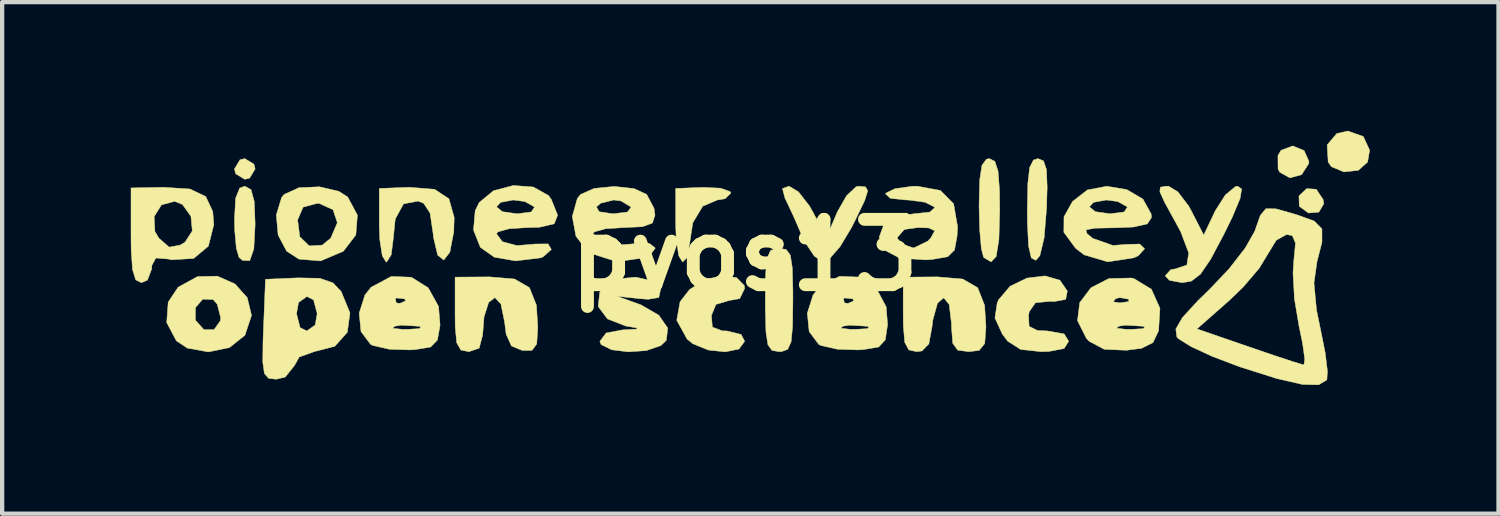
<source format=kicad_pcb>
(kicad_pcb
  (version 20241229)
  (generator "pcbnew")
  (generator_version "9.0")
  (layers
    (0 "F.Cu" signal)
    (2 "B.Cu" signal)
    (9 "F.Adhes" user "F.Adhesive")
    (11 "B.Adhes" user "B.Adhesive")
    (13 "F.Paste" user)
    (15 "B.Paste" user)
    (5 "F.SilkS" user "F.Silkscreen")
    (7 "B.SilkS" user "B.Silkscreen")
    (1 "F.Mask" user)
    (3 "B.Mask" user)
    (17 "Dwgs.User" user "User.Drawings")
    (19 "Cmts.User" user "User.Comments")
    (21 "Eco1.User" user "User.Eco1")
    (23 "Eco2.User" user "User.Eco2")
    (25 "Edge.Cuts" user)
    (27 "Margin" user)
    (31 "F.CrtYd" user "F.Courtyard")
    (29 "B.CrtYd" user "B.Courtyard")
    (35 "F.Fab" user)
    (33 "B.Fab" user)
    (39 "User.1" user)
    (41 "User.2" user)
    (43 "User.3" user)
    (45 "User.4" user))
  (footprint "pvos13"
    (layer "F.Cu")
    (at 14.313 2.899)
    (property "Reference" "pvos13" (at 0 0 0) (layer "F.SilkS") (effects (font (size 1.524 1.524) (thickness 0.3))))
    (attr through_hole)
    (fp_poly (pts (xy -11.442 -2.122) (xy -11.414 -2.009) (xy -11.543 -1.796) (xy -11.655 -1.768) (xy -11.868 -1.897) (xy -11.896 -2.009) (xy -11.768 -2.223) (xy -11.655 -2.251) (xy -11.442 -2.122)) (stroke (width 0.01) (type solid)) (fill yes) (layer "F.SilkS"))
    (fp_poly (pts (xy 13.329 -1.536) (xy 13.49 -1.294) (xy 13.504 -1.196) (xy 13.389 -1.003) (xy 13.146 -0.982) (xy 12.932 -1.139) (xy 12.925 -1.38) (xy 13.106 -1.551) (xy 13.329 -1.536)) (stroke (width 0.01) (type solid)) (fill yes) (layer "F.SilkS"))
    (fp_poly (pts (xy 13.045 -2.438) (xy 13.158 -2.185) (xy 13.152 -2.132) (xy 12.986 -1.876) (xy 12.714 -1.801) (xy 12.477 -1.933) (xy 12.437 -2.008) (xy 12.435 -2.323) (xy 12.507 -2.444) (xy 12.781 -2.547) (xy 13.045 -2.438)) (stroke (width 0.01) (type solid)) (fill yes) (layer "F.SilkS"))
    (fp_poly (pts (xy 14.425 -2.767) (xy 14.573 -2.448) (xy 14.526 -2.17) (xy 14.309 -1.977) (xy 13.973 -1.941) (xy 13.681 -2.062) (xy 13.606 -2.17) (xy 13.582 -2.57) (xy 13.806 -2.835) (xy 14.066 -2.894) (xy 14.425 -2.767)) (stroke (width 0.01) (type solid)) (fill yes) (layer "F.SilkS"))
    (fp_poly (pts (xy -11.51 -1.528) (xy -11.435 -1.25) (xy -11.414 -0.723) (xy -11.444 -0.147) (xy -11.54 0.129) (xy -11.709 0.122) (xy -11.789 0.054) (xy -11.852 -0.158) (xy -11.89 -0.574) (xy -11.896 -0.831) (xy -11.869 -1.327) (xy -11.774 -1.564) (xy -11.655 -1.608) (xy -11.51 -1.528)) (stroke (width 0.01) (type solid)) (fill yes) (layer "F.SilkS"))
    (fp_poly (pts (xy -0.562 -1.561) (xy -0.338 -1.481) (xy -0.322 -1.446) (xy -0.456 -1.315) (xy -0.637 -1.286) (xy -0.977 -1.141) (xy -1.209 -0.754) (xy -1.286 -0.252) (xy -1.34 0.055) (xy -1.447 0.161) (xy -1.536 0.016) (xy -1.594 -0.358) (xy -1.608 -0.697) (xy -1.608 -1.555) (xy -0.965 -1.58) (xy -0.562 -1.561)) (stroke (width 0.01) (type solid)) (fill yes) (layer "F.SilkS"))
    (fp_poly (pts (xy 6.969 -2.198) (xy 7.037 -1.997) (xy 7.054 -1.586) (xy 7.04 -1.098) (xy 6.984 -0.405) (xy 6.885 0.01) (xy 6.792 0.121) (xy 6.684 0.066) (xy 6.62 -0.213) (xy 6.593 -0.757) (xy 6.591 -1.032) (xy 6.603 -1.668) (xy 6.646 -2.043) (xy 6.733 -2.217) (xy 6.839 -2.251) (xy 6.969 -2.198)) (stroke (width 0.01) (type solid)) (fill yes) (layer "F.SilkS"))
    (fp_poly (pts (xy 5.834 -2.187) (xy 5.909 -1.959) (xy 5.943 -1.508) (xy 5.948 -1.045) (xy 5.929 -0.361) (xy 5.865 0.031) (xy 5.747 0.157) (xy 5.573 0.054) (xy 5.519 -0.15) (xy 5.481 -0.583) (xy 5.466 -1.149) (xy 5.466 -1.152) (xy 5.481 -1.755) (xy 5.534 -2.097) (xy 5.638 -2.237) (xy 5.707 -2.251) (xy 5.834 -2.187)) (stroke (width 0.01) (type solid)) (fill yes) (layer "F.SilkS"))
    (fp_poly (pts (xy 0.968 -0.132) (xy 1.065 -0.002) (xy 1.111 0.295) (xy 1.125 0.828) (xy 1.125 1.045) (xy 1.118 1.661) (xy 1.083 2.023) (xy 1.004 2.197) (xy 0.862 2.249) (xy 0.804 2.251) (xy 0.639 2.222) (xy 0.543 2.092) (xy 0.497 1.794) (xy 0.483 1.262) (xy 0.482 1.045) (xy 0.49 0.428) (xy 0.524 0.067) (xy 0.604 -0.107) (xy 0.746 -0.159) (xy 0.804 -0.161) (xy 0.968 -0.132)) (stroke (width 0.01) (type solid)) (fill yes) (layer "F.SilkS"))
    (fp_poly (pts (xy -0.19 0.524) (xy -0.008 0.709) (xy 0 0.776) (xy -0.114 1.013) (xy -0.362 1.058) (xy -0.67 1.15) (xy -0.775 1.407) (xy -0.753 1.677) (xy -0.524 1.765) (xy -0.413 1.768) (xy -0.081 1.85) (xy 0 2.009) (xy -0.131 2.189) (xy -0.451 2.255) (xy -0.847 2.213) (xy -1.209 2.066) (xy -1.342 1.957) (xy -1.583 1.519) (xy -1.505 1.086) (xy -1.286 0.804) (xy -0.932 0.574) (xy -0.532 0.48) (xy -0.19 0.524)) (stroke (width 0.01) (type solid)) (fill yes) (layer "F.SilkS"))
    (fp_poly (pts (xy -7.23 -1.535) (xy -6.895 -1.314) (xy -6.773 -0.879) (xy -6.782 -0.546) (xy -6.874 -0.068) (xy -7.015 0.115) (xy -7.158 0.000197) (xy -7.256 -0.417) (xy -7.265 -0.511) (xy -7.336 -0.982) (xy -7.486 -1.21) (xy -7.617 -1.26) (xy -7.954 -1.195) (xy -8.147 -0.843) (xy -8.196 -0.362) (xy -8.241 -0.006) (xy -8.347 0.159) (xy -8.359 0.161) (xy -8.449 0.016) (xy -8.507 -0.358) (xy -8.52 -0.697) (xy -8.52 -1.555) (xy -7.817 -1.582) (xy -7.23 -1.535)) (stroke (width 0.01) (type solid)) (fill yes) (layer "F.SilkS"))
    (fp_poly (pts (xy -5.364 0.557) (xy -5.018 0.758) (xy -4.856 1.165) (xy -4.823 1.689) (xy -4.848 2.073) (xy -4.96 2.222) (xy -5.184 2.222) (xy -5.437 2.119) (xy -5.561 1.844) (xy -5.596 1.567) (xy -5.684 1.137) (xy -5.822 0.99) (xy -5.968 1.1) (xy -6.077 1.443) (xy -6.109 1.862) (xy -6.19 2.17) (xy -6.43 2.251) (xy -6.617 2.212) (xy -6.714 2.043) (xy -6.749 1.669) (xy -6.752 1.382) (xy -6.752 0.513) (xy -5.949 0.507) (xy -5.364 0.557)) (stroke (width 0.01) (type solid)) (fill yes) (layer "F.SilkS"))
    (fp_poly (pts (xy 2.819 -1.591) (xy 2.87 -1.501) (xy 2.799 -1.273) (xy 2.594 -0.846) (xy 2.489 -0.638) (xy 2.225 -0.198) (xy 1.972 0.092) (xy 1.838 0.161) (xy 1.626 0.025) (xy 1.4 -0.313) (xy 1.341 -0.442) (xy 1.141 -0.904) (xy 0.967 -1.275) (xy 0.941 -1.326) (xy 0.882 -1.552) (xy 1.035 -1.608) (xy 1.255 -1.476) (xy 1.511 -1.147) (xy 1.592 -1.005) (xy 1.905 -0.402) (xy 2.16 -1.005) (xy 2.375 -1.384) (xy 2.597 -1.593) (xy 2.655 -1.608) (xy 2.819 -1.591)) (stroke (width 0.01) (type solid)) (fill yes) (layer "F.SilkS"))
    (fp_poly (pts (xy 5.087 0.558) (xy 5.434 0.76) (xy 5.595 1.171) (xy 5.627 1.677) (xy 5.598 2.062) (xy 5.468 2.222) (xy 5.225 2.251) (xy 4.968 2.216) (xy 4.852 2.054) (xy 4.823 1.674) (xy 4.823 1.594) (xy 4.769 1.15) (xy 4.642 0.995) (xy 4.497 1.119) (xy 4.387 1.516) (xy 4.371 1.66) (xy 4.296 2.068) (xy 4.135 2.234) (xy 4.009 2.251) (xy 3.827 2.209) (xy 3.733 2.032) (xy 3.7 1.645) (xy 3.697 1.382) (xy 3.697 0.513) (xy 4.501 0.507) (xy 5.087 0.558)) (stroke (width 0.01) (type solid)) (fill yes) (layer "F.SilkS"))
    (fp_poly (pts (xy 7.351 0.585) (xy 7.524 0.837) (xy 7.486 1.032) (xy 7.222 1.081) (xy 7.124 1.077) (xy 6.78 1.11) (xy 6.636 1.32) (xy 6.62 1.407) (xy 6.633 1.661) (xy 6.829 1.758) (xy 7.062 1.768) (xy 7.45 1.837) (xy 7.556 2.009) (xy 7.449 2.178) (xy 7.095 2.246) (xy 6.916 2.251) (xy 6.437 2.2) (xy 6.133 2.006) (xy 6.009 1.842) (xy 5.836 1.466) (xy 5.889 1.115) (xy 5.92 1.043) (xy 6.188 0.726) (xy 6.582 0.535) (xy 7.003 0.484) (xy 7.351 0.585)) (stroke (width 0.01) (type solid)) (fill yes) (layer "F.SilkS"))
    (fp_poly (pts (xy -11.886 0.67) (xy -11.598 0.991) (xy -11.498 1.406) (xy -11.652 1.867) (xy -11.654 1.87) (xy -12.011 2.155) (xy -12.504 2.257) (xy -12.996 2.167) (xy -13.251 1.998) (xy -13.476 1.572) (xy -13.472 1.516) (xy -12.807 1.516) (xy -12.807 1.516) (xy -12.611 1.736) (xy -12.371 1.736) (xy -12.224 1.53) (xy -12.218 1.456) (xy -12.298 1.144) (xy -12.392 1.036) (xy -12.635 1.026) (xy -12.805 1.223) (xy -12.807 1.516) (xy -13.472 1.516) (xy -13.441 1.095) (xy -13.21 0.748) (xy -12.758 0.5) (xy -12.295 0.49) (xy -11.886 0.67)) (stroke (width 0.01) (type solid)) (fill yes) (layer "F.SilkS"))
    (fp_poly (pts (xy -9.46 -1.487) (xy -9.255 -1.355) (xy -9.029 -0.932) (xy -9.066 -0.47) (xy -9.355 -0.093) (xy -9.36 -0.089) (xy -9.889 0.135) (xy -10.393 0.093) (xy -10.679 -0.092) (xy -10.878 -0.468) (xy -10.91 -0.822) (xy -10.423 -0.822) (xy -10.373 -0.429) (xy -10.152 -0.216) (xy -9.85 -0.233) (xy -9.652 -0.394) (xy -9.497 -0.756) (xy -9.598 -1.059) (xy -9.917 -1.204) (xy -9.969 -1.206) (xy -10.296 -1.119) (xy -10.423 -0.822) (xy -10.91 -0.822) (xy -10.92 -0.939) (xy -10.797 -1.342) (xy -10.739 -1.415) (xy -10.393 -1.572) (xy -9.915 -1.594) (xy -9.46 -1.487)) (stroke (width 0.01) (type solid)) (fill yes) (layer "F.SilkS"))
    (fp_poly (pts (xy -2.171 0.596) (xy -1.97 0.794) (xy -1.964 0.817) (xy -2.001 0.988) (xy -2.248 1.03) (xy -2.445 1.015) (xy -2.974 0.958) (xy -2.413 1.162) (xy -2.001 1.401) (xy -1.793 1.701) (xy -1.827 1.988) (xy -1.953 2.108) (xy -2.293 2.226) (xy -2.715 2.255) (xy -3.105 2.206) (xy -3.347 2.084) (xy -3.376 2.009) (xy -3.228 1.815) (xy -2.853 1.744) (xy -2.525 1.725) (xy -2.503 1.699) (xy -2.773 1.653) (xy -3.199 1.487) (xy -3.415 1.197) (xy -3.378 0.863) (xy -3.275 0.726) (xy -2.949 0.553) (xy -2.539 0.513) (xy -2.171 0.596)) (stroke (width 0.01) (type solid)) (fill yes) (layer "F.SilkS"))
    (fp_poly (pts (xy -9.905 0.54) (xy -9.599 0.647) (xy -9.408 0.847) (xy -9.203 1.347) (xy -9.264 1.799) (xy -9.555 2.125) (xy -10.04 2.251) (xy -10.386 2.376) (xy -10.496 2.572) (xy -10.712 2.844) (xy -10.924 2.894) (xy -11.1 2.872) (xy -11.198 2.761) (xy -11.236 2.492) (xy -11.23 1.997) (xy -11.22 1.728) (xy -11.205 1.366) (xy -10.449 1.366) (xy -10.366 1.69) (xy -10.208 1.768) (xy -10.014 1.629) (xy -9.967 1.366) (xy -10.051 1.043) (xy -10.208 0.965) (xy -10.402 1.104) (xy -10.449 1.366) (xy -11.205 1.366) (xy -11.173 0.563) (xy -10.413 0.53) (xy -9.905 0.54)) (stroke (width 0.01) (type solid)) (fill yes) (layer "F.SilkS"))
    (fp_poly (pts (xy 11.589 -1.543) (xy 11.552 -1.319) (xy 11.373 -0.891) (xy 11.173 -0.482) (xy 10.863 0.101) (xy 10.627 0.445) (xy 10.416 0.606) (xy 10.206 0.643) (xy 9.905 0.588) (xy 9.806 0.482) (xy 9.936 0.338) (xy 10.038 0.322) (xy 10.311 0.231) (xy 10.355 -0.051) (xy 10.17 -0.539) (xy 10.059 -0.747) (xy 9.799 -1.22) (xy 9.681 -1.477) (xy 9.692 -1.584) (xy 9.82 -1.607) (xy 9.883 -1.608) (xy 10.101 -1.476) (xy 10.35 -1.15) (xy 10.412 -1.038) (xy 10.705 -0.468) (xy 10.976 -1.038) (xy 11.208 -1.403) (xy 11.443 -1.598) (xy 11.494 -1.608) (xy 11.589 -1.543)) (stroke (width 0.01) (type solid)) (fill yes) (layer "F.SilkS"))
    (fp_poly (pts (xy -12.933 -1.542) (xy -12.566 -1.367) (xy -12.402 -1.018) (xy -12.378 -0.709) (xy -12.504 -0.209) (xy -12.848 0.077) (xy -13.358 0.109) (xy -13.438 0.091) (xy -13.729 0.067) (xy -13.823 0.242) (xy -13.825 0.318) (xy -13.925 0.583) (xy -14.066 0.643) (xy -14.199 0.576) (xy -14.274 0.335) (xy -14.305 -0.138) (xy -14.308 -0.462) (xy -14.308 -0.898) (xy -13.769 -0.898) (xy -13.751 -0.552) (xy -13.658 -0.394) (xy -13.418 -0.186) (xy -13.163 -0.234) (xy -13.048 -0.302) (xy -12.879 -0.565) (xy -12.911 -0.905) (xy -13.108 -1.18) (xy -13.289 -1.255) (xy -13.598 -1.172) (xy -13.769 -0.898) (xy -14.308 -0.898) (xy -14.308 -1.567) (xy -13.554 -1.582) (xy -12.933 -1.542)) (stroke (width 0.01) (type solid)) (fill yes) (layer "F.SilkS"))
    (fp_poly (pts (xy 9.078 0.547) (xy 9.485 0.795) (xy 9.684 1.24) (xy 9.652 1.764) (xy 9.521 2.039) (xy 9.254 2.173) (xy 8.903 2.218) (xy 8.384 2.196) (xy 8.036 2.01) (xy 7.97 1.943) (xy 7.85 1.704) (xy 8.671 1.704) (xy 8.893 1.73) (xy 9.003 1.731) (xy 9.295 1.714) (xy 9.329 1.673) (xy 9.284 1.658) (xy 8.876 1.633) (xy 8.721 1.658) (xy 8.671 1.704) (xy 7.85 1.704) (xy 7.761 1.526) (xy 7.813 1.109) (xy 7.83 1.087) (xy 8.59 1.087) (xy 8.748 1.113) (xy 8.957 1.083) (xy 8.959 1.028) (xy 8.744 0.99) (xy 8.651 1.016) (xy 8.59 1.087) (xy 7.83 1.087) (xy 8.074 0.761) (xy 8.492 0.546) (xy 9.013 0.533) (xy 9.078 0.547)) (stroke (width 0.01) (type solid)) (fill yes) (layer "F.SilkS"))
    (fp_poly (pts (xy -7.771 0.515) (xy -7.378 0.762) (xy -7.137 1.196) (xy -7.102 1.633) (xy -7.163 1.98) (xy -7.321 2.142) (xy -7.677 2.202) (xy -7.797 2.21) (xy -8.284 2.195) (xy -8.668 2.107) (xy -8.721 2.081) (xy -8.945 1.783) (xy -8.953 1.704) (xy -8.209 1.704) (xy -7.986 1.73) (xy -7.877 1.731) (xy -7.585 1.714) (xy -7.55 1.673) (xy -7.596 1.658) (xy -8.004 1.633) (xy -8.159 1.658) (xy -8.209 1.704) (xy -8.953 1.704) (xy -8.988 1.354) (xy -8.882 1.018) (xy -8.145 1.018) (xy -8.123 1.114) (xy -8.038 1.125) (xy -7.906 1.066) (xy -7.931 1.018) (xy -8.122 0.999) (xy -8.145 1.018) (xy -8.882 1.018) (xy -8.853 0.928) (xy -8.709 0.748) (xy -8.24 0.497) (xy -7.771 0.515)) (stroke (width 0.01) (type solid)) (fill yes) (layer "F.SilkS"))
    (fp_poly (pts (xy 2.677 0.512) (xy 3.065 0.763) (xy 3.3 1.205) (xy 3.333 1.621) (xy 3.279 1.976) (xy 3.127 2.141) (xy 2.777 2.201) (xy 2.649 2.21) (xy 2.163 2.194) (xy 1.779 2.107) (xy 1.728 2.081) (xy 1.505 1.783) (xy 1.497 1.704) (xy 2.241 1.704) (xy 2.463 1.73) (xy 2.572 1.731) (xy 2.865 1.714) (xy 2.899 1.673) (xy 2.853 1.658) (xy 2.446 1.633) (xy 2.291 1.658) (xy 2.241 1.704) (xy 1.497 1.704) (xy 1.461 1.354) (xy 1.568 1.018) (xy 2.304 1.018) (xy 2.326 1.114) (xy 2.411 1.125) (xy 2.544 1.066) (xy 2.519 1.018) (xy 2.328 0.999) (xy 2.304 1.018) (xy 1.568 1.018) (xy 1.596 0.928) (xy 1.741 0.748) (xy 2.211 0.494) (xy 2.677 0.512)) (stroke (width 0.01) (type solid)) (fill yes) (layer "F.SilkS"))
    (fp_poly (pts (xy -4.926 -1.588) (xy -4.573 -1.39) (xy -4.507 -1.297) (xy -4.361 -0.932) (xy -4.44 -0.731) (xy -4.78 -0.651) (xy -5.064 -0.643) (xy -5.495 -0.615) (xy -5.754 -0.542) (xy -5.787 -0.499) (xy -5.649 -0.313) (xy -5.31 -0.223) (xy -4.89 -0.259) (xy -4.584 -0.262) (xy -4.507 -0.132) (xy -4.697 0.038) (xy -4.756 0.063) (xy -5.343 0.134) (xy -5.837 0.048) (xy -6.162 -0.181) (xy -6.322 -0.583) (xy -6.283 -1.037) (xy -6.239 -1.125) (xy -5.787 -1.125) (xy -5.647 -1.013) (xy -5.309 -0.965) (xy -5.296 -0.965) (xy -4.974 -1.008) (xy -4.9 -1.12) (xy -4.903 -1.125) (xy -5.125 -1.25) (xy -5.395 -1.286) (xy -5.692 -1.23) (xy -5.787 -1.125) (xy -6.239 -1.125) (xy -6.19 -1.227) (xy -5.856 -1.502) (xy -5.395 -1.624) (xy -4.926 -1.588)) (stroke (width 0.01) (type solid)) (fill yes) (layer "F.SilkS"))
    (fp_poly (pts (xy 4.564 -1.508) (xy 4.873 -1.197) (xy 4.966 -0.656) (xy 4.953 -0.442) (xy 4.894 -0.119) (xy 4.735 0.037) (xy 4.38 0.099) (xy 4.228 0.11) (xy 3.618 0.07) (xy 3.304 -0.095) (xy 3.137 -0.419) (xy 3.142 -0.431) (xy 3.539 -0.431) (xy 3.644 -0.268) (xy 3.94 -0.166) (xy 4.269 -0.326) (xy 4.341 -0.402) (xy 4.433 -0.568) (xy 4.293 -0.634) (xy 4.039 -0.643) (xy 3.646 -0.588) (xy 3.539 -0.431) (xy 3.142 -0.431) (xy 3.245 -0.712) (xy 3.58 -0.912) (xy 3.954 -0.965) (xy 4.317 -1.003) (xy 4.43 -1.104) (xy 4.421 -1.125) (xy 4.207 -1.233) (xy 3.817 -1.285) (xy 3.759 -1.286) (xy 3.398 -1.325) (xy 3.287 -1.427) (xy 3.296 -1.447) (xy 3.507 -1.55) (xy 3.906 -1.605) (xy 4.023 -1.608) (xy 4.564 -1.508)) (stroke (width 0.01) (type solid)) (fill yes) (layer "F.SilkS"))
    (fp_poly (pts (xy 8.909 -1.529) (xy 9.286 -1.308) (xy 9.478 -0.963) (xy 9.485 -0.873) (xy 9.388 -0.728) (xy 9.063 -0.655) (xy 8.641 -0.638) (xy 8.163 -0.628) (xy 7.96 -0.59) (xy 7.982 -0.502) (xy 8.115 -0.392) (xy 8.585 -0.226) (xy 8.879 -0.249) (xy 9.211 -0.259) (xy 9.326 -0.148) (xy 9.18 0.013) (xy 9.07 0.063) (xy 8.465 0.156) (xy 7.916 -0.007) (xy 7.716 -0.161) (xy 7.443 -0.533) (xy 7.446 -0.894) (xy 7.575 -1.125) (xy 8.038 -1.125) (xy 8.178 -1.013) (xy 8.516 -0.965) (xy 8.53 -0.965) (xy 8.851 -1.008) (xy 8.925 -1.12) (xy 8.922 -1.125) (xy 8.701 -1.25) (xy 8.43 -1.286) (xy 8.133 -1.23) (xy 8.038 -1.125) (xy 7.575 -1.125) (xy 7.645 -1.25) (xy 7.991 -1.52) (xy 8.445 -1.606) (xy 8.909 -1.529)) (stroke (width 0.01) (type solid)) (fill yes) (layer "F.SilkS"))
    (fp_poly (pts (xy -2.576 -1.551) (xy -2.283 -1.415) (xy -2.113 -1.092) (xy -2.09 -0.932) (xy -2.15 -0.749) (xy -2.38 -0.663) (xy -2.813 -0.643) (xy -3.245 -0.615) (xy -3.504 -0.542) (xy -3.537 -0.499) (xy -3.396 -0.311) (xy -3.034 -0.228) (xy -2.57 -0.266) (xy -2.222 -0.274) (xy -2.083 -0.166) (xy -2.2 -0.007) (xy -2.344 0.063) (xy -2.983 0.152) (xy -3.589 -0.042) (xy -3.662 -0.089) (xy -3.934 -0.442) (xy -4.019 -0.902) (xy -3.956 -1.125) (xy -3.456 -1.125) (xy -3.393 -1.012) (xy -3.078 -0.965) (xy -3.054 -0.965) (xy -2.728 -1.007) (xy -2.648 -1.118) (xy -2.653 -1.125) (xy -2.88 -1.262) (xy -3.054 -1.286) (xy -3.358 -1.21) (xy -3.456 -1.125) (xy -3.956 -1.125) (xy -3.901 -1.321) (xy -3.826 -1.415) (xy -3.509 -1.556) (xy -3.04 -1.602) (xy -2.576 -1.551)) (stroke (width 0.01) (type solid)) (fill yes) (layer "F.SilkS"))
    (fp_poly (pts (xy 12.388 -1.08) (xy 12.827 -0.956) (xy 12.882 -0.939) (xy 13.281 -0.795) (xy 13.461 -0.614) (xy 13.462 -0.303) (xy 13.346 0.15) (xy 13.275 0.649) (xy 13.334 1.277) (xy 13.427 1.73) (xy 13.537 2.279) (xy 13.589 2.705) (xy 13.576 2.908) (xy 13.385 3.023) (xy 13.007 3.015) (xy 12.409 2.878) (xy 11.557 2.608) (xy 11.506 2.59) (xy 10.899 2.359) (xy 10.408 2.132) (xy 10.115 1.949) (xy 10.078 1.908) (xy 10.054 1.723) (xy 10.056 1.72) (xy 10.546 1.72) (xy 11.744 2.133) (xy 12.32 2.33) (xy 12.772 2.479) (xy 13.021 2.555) (xy 13.041 2.559) (xy 13.06 2.425) (xy 13.011 2.063) (xy 12.925 1.648) (xy 12.82 1.02) (xy 12.786 0.414) (xy 12.806 0.121) (xy 12.844 -0.281) (xy 12.771 -0.454) (xy 12.636 -0.482) (xy 12.395 -0.347) (xy 12.208 -0.04) (xy 11.999 0.305) (xy 11.629 0.739) (xy 11.295 1.061) (xy 10.546 1.72) (xy 10.056 1.72) (xy 10.206 1.458) (xy 10.565 1.066) (xy 10.823 0.816) (xy 11.29 0.326) (xy 11.672 -0.165) (xy 11.894 -0.557) (xy 11.902 -0.579) (xy 12.024 -0.927) (xy 12.153 -1.082) (xy 12.388 -1.08)) (stroke (width 0.01) (type solid)) (fill yes) (layer "F.SilkS")))
  (gr_rect
    (start -3 -3)
    (end 31.891 8.927)
    (stroke (width 0.1) (type default))
    (fill no)
    (layer "Edge.Cuts")))
</source>
